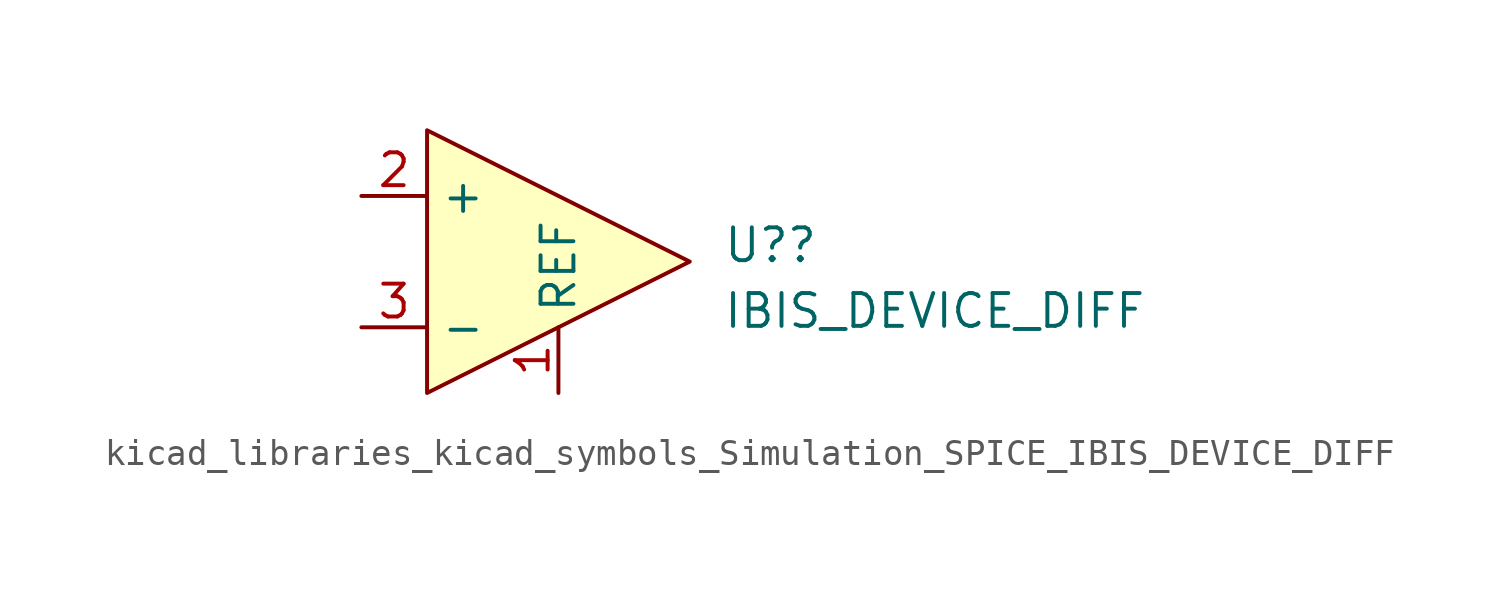
<source format=kicad_sym>
(kicad_symbol_lib
  (version 20220914)
  (generator kicad_symbol_editor)
  (symbol "kicad_libraries_kicad_symbols_Simulation_SPICE_IBIS_DEVICE_DIFF"
    (property "Reference" "U?"
      (at 6.35 0.635 0)
      (effects (font (size 1.27 1.27)) (justify left)))
    (property "Value" "IBIS_DEVICE_DIFF"
      (at 6.35 -1.905 0)
      (effects (font (size 1.27 1.27)) (justify left)))
    (symbol "kicad_libraries_kicad_symbols_Simulation_SPICE_IBIS_DEVICE_DIFF_0_1"
      (polyline (pts (xy 5.08 0) (xy -5.08 5.08) (xy -5.08 -5.08) (xy 5.08 0)) (stroke (width 0) (type default)) (fill (type background))))
    (symbol "kicad_libraries_kicad_symbols_Simulation_SPICE_IBIS_DEVICE_DIFF_1_1"
      (pin power_in line (at 0 -5.08 90) (length 2.54) (name "REF" (effects (font (size 1.27 1.27)))) (number "1" (effects (font (size 1.27 1.27)))))
      (pin input line (at -7.62 2.54 0) (length 2.54) (name "+" (effects (font (size 1.27 1.27)))) (number "2" (effects (font (size 1.27 1.27)))))
      (pin input line (at -7.62 -2.54 0) (length 2.54) (name "-" (effects (font (size 1.27 1.27)))) (number "3" (effects (font (size 1.27 1.27))))))))
</source>
